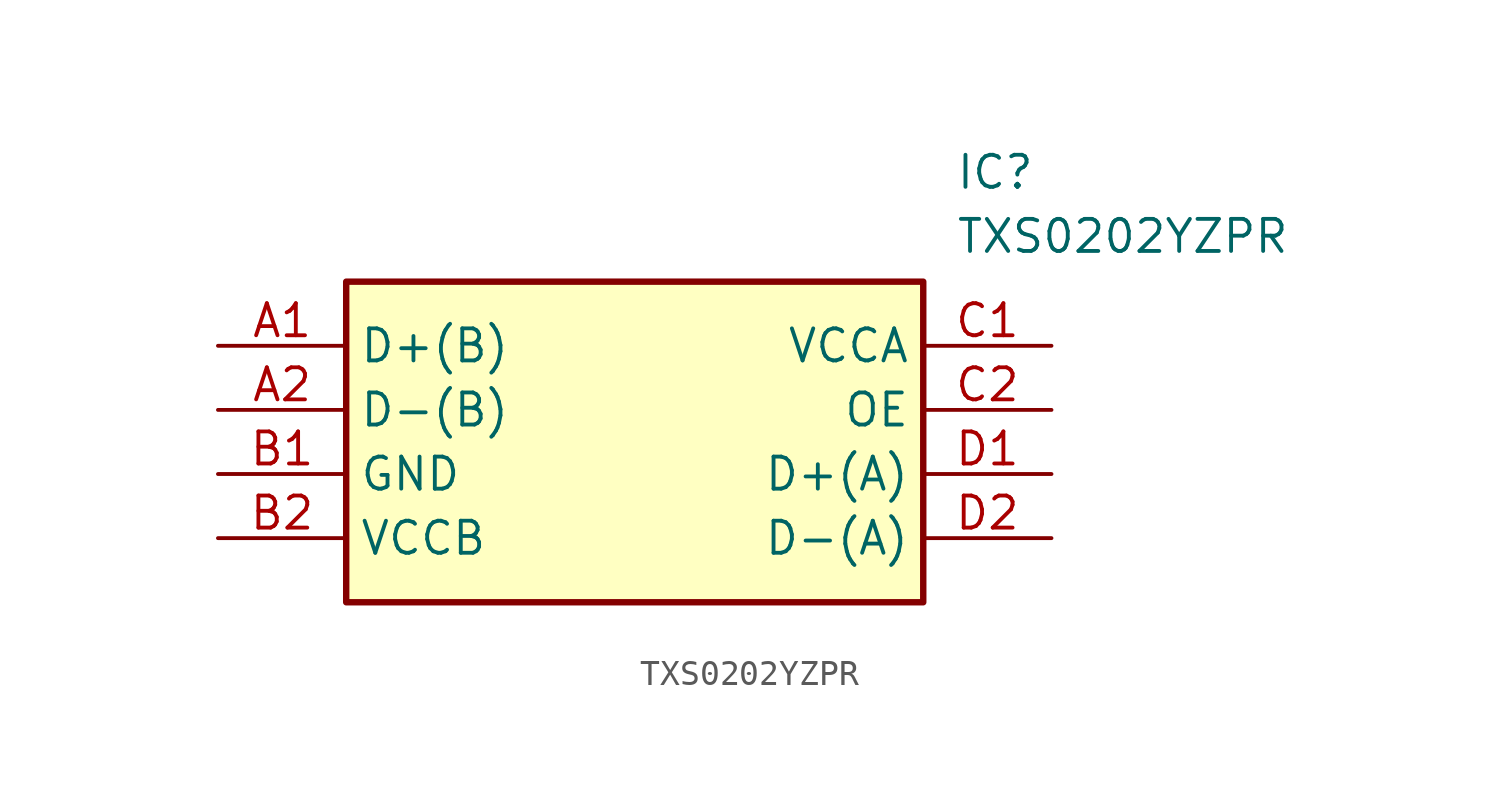
<source format=kicad_sym>
(kicad_symbol_lib
  (version 20211014)
  (generator SamacSys_ECAD_Model)
  (symbol "TXS0202YZPR"
    (property "Reference" "IC"
      (at 29.21 7.62 0)
      (effects (font (size 1.27 1.27)) (justify left top)))
    (property "Value" "TXS0202YZPR"
      (at 29.21 5.08 0)
      (effects (font (size 1.27 1.27)) (justify left top)))
    (rectangle
      (start 5.08 2.54)
      (end 27.94 -10.16)
      (stroke (width 0.254) (type default))
      (fill (type background)))
    (pin passive line
      (at 0 0 0)
      (length 5.08)
      (name "D+(B)" (effects (font (size 1.27 1.27))))
      (number "A1" (effects (font (size 1.27 1.27)))))
    (pin passive line
      (at 0 -2.54 0)
      (length 5.08)
      (name "D-(B)" (effects (font (size 1.27 1.27))))
      (number "A2" (effects (font (size 1.27 1.27)))))
    (pin passive line
      (at 0 -5.08 0)
      (length 5.08)
      (name "GND" (effects (font (size 1.27 1.27))))
      (number "B1" (effects (font (size 1.27 1.27)))))
    (pin passive line
      (at 0 -7.62 0)
      (length 5.08)
      (name "VCCB" (effects (font (size 1.27 1.27))))
      (number "B2" (effects (font (size 1.27 1.27)))))
    (pin passive line
      (at 33.02 0 180)
      (length 5.08)
      (name "VCCA" (effects (font (size 1.27 1.27))))
      (number "C1" (effects (font (size 1.27 1.27)))))
    (pin passive line
      (at 33.02 -2.54 180)
      (length 5.08)
      (name "OE" (effects (font (size 1.27 1.27))))
      (number "C2" (effects (font (size 1.27 1.27)))))
    (pin passive line
      (at 33.02 -5.08 180)
      (length 5.08)
      (name "D+(A)" (effects (font (size 1.27 1.27))))
      (number "D1" (effects (font (size 1.27 1.27)))))
    (pin passive line
      (at 33.02 -7.62 180)
      (length 5.08)
      (name "D-(A)" (effects (font (size 1.27 1.27))))
      (number "D2" (effects (font (size 1.27 1.27)))))))
</source>
